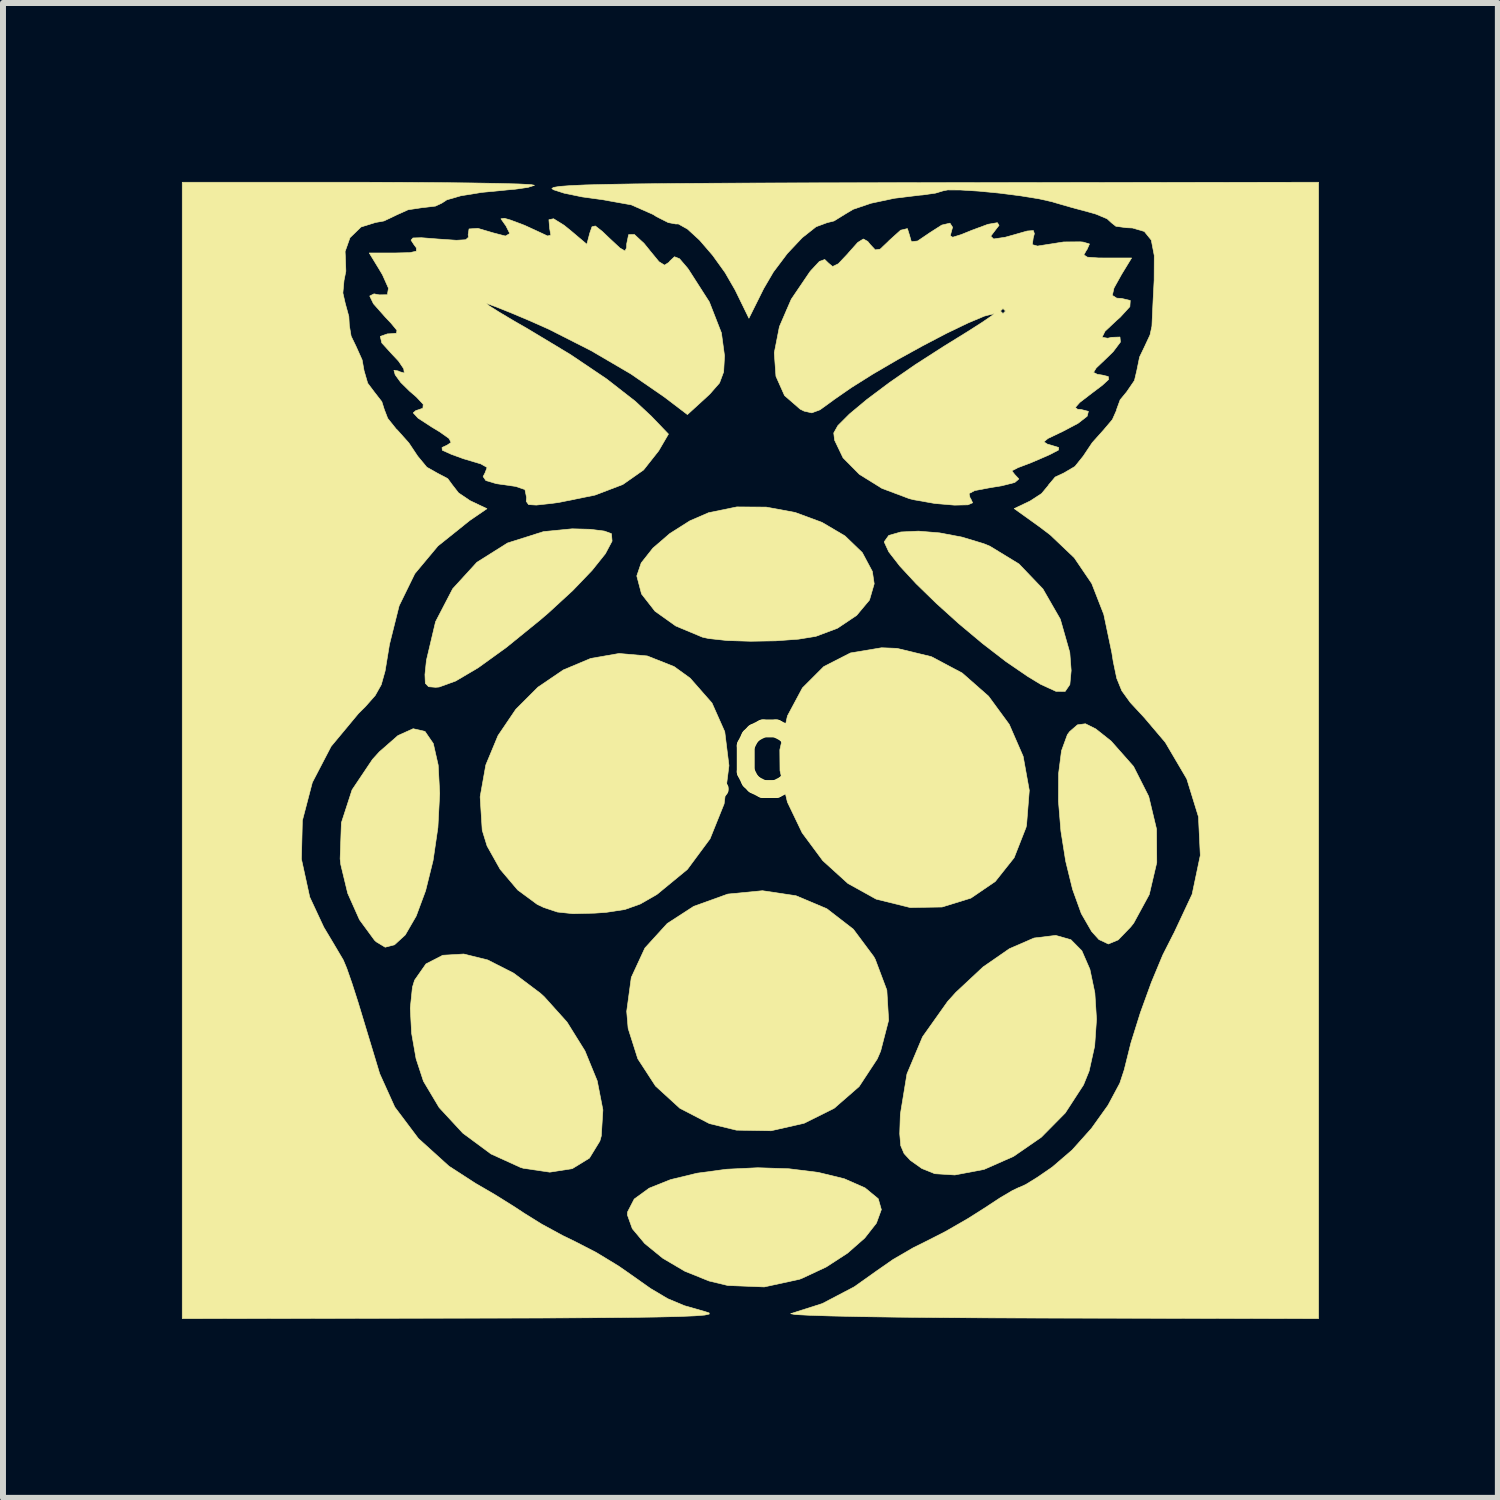
<source format=kicad_pcb>
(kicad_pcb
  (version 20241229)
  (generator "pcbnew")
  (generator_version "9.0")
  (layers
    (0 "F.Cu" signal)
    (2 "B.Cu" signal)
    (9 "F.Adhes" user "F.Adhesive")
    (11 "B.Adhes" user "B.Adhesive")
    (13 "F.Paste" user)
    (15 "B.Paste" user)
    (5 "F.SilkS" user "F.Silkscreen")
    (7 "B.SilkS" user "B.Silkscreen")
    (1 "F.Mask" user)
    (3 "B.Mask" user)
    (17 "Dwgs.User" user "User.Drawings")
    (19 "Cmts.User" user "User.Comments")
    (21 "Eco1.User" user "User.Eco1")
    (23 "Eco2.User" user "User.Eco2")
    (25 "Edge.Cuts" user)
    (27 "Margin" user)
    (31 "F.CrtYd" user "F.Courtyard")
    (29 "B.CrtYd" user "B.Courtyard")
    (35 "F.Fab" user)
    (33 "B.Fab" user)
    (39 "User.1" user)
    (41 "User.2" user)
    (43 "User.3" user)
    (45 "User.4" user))
  (footprint "PiLogo"
    (layer "F.Cu")
    (at 9.488 9.488)
    (property "Reference" "PiLogo" (at 0 0 0) (layer "F.SilkS") (effects (font (size 1.524 1.524) (thickness 0.3))))
    (attr through_hole)
    (fp_poly (pts (xy -5.414 -0.277) (xy -5.274 -0.073) (xy -5.192 0.289) (xy -5.167 0.762) (xy -5.197 1.334) (xy -5.278 1.888) (xy -5.403 2.393) (xy -5.561 2.819) (xy -5.744 3.135) (xy -5.925 3.301) (xy -6.081 3.341) (xy -6.23 3.251) (xy -6.26 3.223) (xy -6.511 2.881) (xy -6.709 2.437) (xy -6.825 1.957) (xy -6.836 1.859) (xy -6.815 1.255) (xy -6.636 0.703) (xy -6.294 0.193) (xy -6.179 0.066) (xy -5.867 -0.207) (xy -5.612 -0.322) (xy -5.414 -0.277)) (stroke (width 0.01) (type solid)) (fill yes) (layer "F.SilkS"))
    (fp_poly (pts (xy -2.644 -3.665) (xy -2.406 -3.635) (xy -2.288 -3.592) (xy -2.277 -3.467) (xy -2.389 -3.256) (xy -2.613 -2.976) (xy -2.935 -2.64) (xy -3.343 -2.265) (xy -3.484 -2.144) (xy -4.048 -1.686) (xy -4.522 -1.344) (xy -4.9 -1.121) (xy -5.176 -1.021) (xy -5.235 -1.016) (xy -5.353 -1.026) (xy -5.408 -1.083) (xy -5.414 -1.229) (xy -5.389 -1.47) (xy -5.236 -2.116) (xy -4.949 -2.668) (xy -4.543 -3.112) (xy -4.03 -3.435) (xy -3.427 -3.626) (xy -2.946 -3.673) (xy -2.644 -3.665)) (stroke (width 0.01) (type solid)) (fill yes) (layer "F.SilkS"))
    (fp_poly (pts (xy 5.831 -0.319) (xy 6.082 -0.12) (xy 6.092 -0.111) (xy 6.465 0.311) (xy 6.719 0.813) (xy 6.85 1.361) (xy 6.854 1.921) (xy 6.728 2.458) (xy 6.468 2.936) (xy 6.417 3.001) (xy 6.208 3.218) (xy 6.043 3.287) (xy 5.885 3.213) (xy 5.762 3.077) (xy 5.589 2.777) (xy 5.443 2.372) (xy 5.327 1.899) (xy 5.247 1.394) (xy 5.206 0.893) (xy 5.208 0.432) (xy 5.257 0.048) (xy 5.356 -0.223) (xy 5.395 -0.275) (xy 5.525 -0.387) (xy 5.658 -0.405) (xy 5.831 -0.319)) (stroke (width 0.01) (type solid)) (fill yes) (layer "F.SilkS"))
    (fp_poly (pts (xy 0.806 2.478) (xy 1.323 2.696) (xy 1.767 3.039) (xy 2.11 3.499) (xy 2.135 3.545) (xy 2.329 4.061) (xy 2.359 4.565) (xy 2.225 5.083) (xy 2.169 5.213) (xy 1.864 5.677) (xy 1.446 6.041) (xy 0.943 6.292) (xy 0.388 6.418) (xy -0.192 6.408) (xy -0.645 6.298) (xy -1.141 6.041) (xy -1.549 5.668) (xy -1.846 5.211) (xy -2.008 4.701) (xy -2.032 4.416) (xy -1.955 3.848) (xy -1.727 3.355) (xy -1.353 2.944) (xy -0.909 2.656) (xy -0.337 2.45) (xy 0.244 2.394) (xy 0.806 2.478)) (stroke (width 0.01) (type solid)) (fill yes) (layer "F.SilkS"))
    (fp_poly (pts (xy 3.213 -3.605) (xy 3.589 -3.534) (xy 3.953 -3.424) (xy 4.056 -3.382) (xy 4.544 -3.084) (xy 4.946 -2.664) (xy 5.237 -2.158) (xy 5.396 -1.6) (xy 5.419 -1.297) (xy 5.397 -1.062) (xy 5.318 -0.947) (xy 5.163 -0.949) (xy 4.91 -1.065) (xy 4.694 -1.196) (xy 4.328 -1.446) (xy 3.935 -1.749) (xy 3.537 -2.082) (xy 3.158 -2.424) (xy 2.82 -2.753) (xy 2.547 -3.048) (xy 2.361 -3.287) (xy 2.287 -3.448) (xy 2.286 -3.457) (xy 2.361 -3.562) (xy 2.564 -3.62) (xy 2.86 -3.634) (xy 3.213 -3.605)) (stroke (width 0.01) (type solid)) (fill yes) (layer "F.SilkS"))
    (fp_poly (pts (xy -4.361 3.555) (xy -3.927 3.776) (xy -3.479 4.113) (xy -3.415 4.171) (xy -3.032 4.597) (xy -2.732 5.079) (xy -2.526 5.582) (xy -2.431 6.069) (xy -2.458 6.505) (xy -2.482 6.591) (xy -2.657 6.877) (xy -2.944 7.053) (xy -3.321 7.112) (xy -3.763 7.047) (xy -3.811 7.033) (xy -4.307 6.807) (xy -4.779 6.458) (xy -5.176 6.029) (xy -5.439 5.588) (xy -5.563 5.21) (xy -5.638 4.782) (xy -5.66 4.362) (xy -5.624 4.012) (xy -5.588 3.894) (xy -5.397 3.621) (xy -5.116 3.476) (xy -4.764 3.455) (xy -4.361 3.555)) (stroke (width 0.01) (type solid)) (fill yes) (layer "F.SilkS"))
    (fp_poly (pts (xy 0.307 -4.037) (xy 0.793 -3.947) (xy 1.242 -3.781) (xy 1.627 -3.554) (xy 1.917 -3.275) (xy 2.086 -2.959) (xy 2.117 -2.751) (xy 2.038 -2.479) (xy 1.822 -2.221) (xy 1.501 -2.006) (xy 1.138 -1.87) (xy 0.847 -1.823) (xy 0.464 -1.795) (xy 0.046 -1.788) (xy -0.347 -1.8) (xy -0.659 -1.834) (xy -0.763 -1.857) (xy -1.21 -2.044) (xy -1.558 -2.292) (xy -1.783 -2.58) (xy -1.863 -2.883) (xy -1.789 -3.101) (xy -1.593 -3.349) (xy -1.309 -3.594) (xy -0.973 -3.807) (xy -0.659 -3.943) (xy -0.186 -4.04) (xy 0.307 -4.037)) (stroke (width 0.01) (type solid)) (fill yes) (layer "F.SilkS"))
    (fp_poly (pts (xy 0.687 7.055) (xy 1.179 7.116) (xy 1.614 7.222) (xy 1.964 7.376) (xy 2.185 7.558) (xy 2.237 7.74) (xy 2.154 7.967) (xy 1.958 8.217) (xy 1.671 8.469) (xy 1.314 8.701) (xy 0.908 8.891) (xy 0.864 8.908) (xy 0.274 9.036) (xy -0.337 9.012) (xy -0.65 8.937) (xy -1.057 8.773) (xy -1.427 8.555) (xy -1.73 8.308) (xy -1.938 8.059) (xy -2.02 7.83) (xy -2.018 7.78) (xy -1.906 7.563) (xy -1.656 7.381) (xy -1.296 7.237) (xy -0.854 7.13) (xy -0.358 7.063) (xy 0.165 7.038) (xy 0.687 7.055)) (stroke (width 0.01) (type solid)) (fill yes) (layer "F.SilkS"))
    (fp_poly (pts (xy 2.499 -1.669) (xy 3.075 -1.53) (xy 3.593 -1.255) (xy 4.034 -0.867) (xy 4.381 -0.394) (xy 4.614 0.141) (xy 4.717 0.712) (xy 4.671 1.294) (xy 4.662 1.334) (xy 4.463 1.841) (xy 4.147 2.239) (xy 3.738 2.518) (xy 3.255 2.667) (xy 2.72 2.676) (xy 2.154 2.536) (xy 2.148 2.534) (xy 1.676 2.272) (xy 1.255 1.89) (xy 0.909 1.423) (xy 0.662 0.908) (xy 0.538 0.381) (xy 0.535 0.032) (xy 0.663 -0.537) (xy 0.914 -1.006) (xy 1.271 -1.363) (xy 1.719 -1.592) (xy 2.241 -1.679) (xy 2.499 -1.669)) (stroke (width 0.01) (type solid)) (fill yes) (layer "F.SilkS"))
    (fp_poly (pts (xy 5.414 3.215) (xy 5.598 3.401) (xy 5.733 3.711) (xy 5.816 4.107) (xy 5.844 4.549) (xy 5.813 4.998) (xy 5.72 5.417) (xy 5.626 5.649) (xy 5.32 6.12) (xy 4.918 6.527) (xy 4.453 6.848) (xy 3.959 7.066) (xy 3.469 7.159) (xy 3.133 7.138) (xy 2.915 7.05) (xy 2.723 6.914) (xy 2.618 6.8) (xy 2.562 6.668) (xy 2.545 6.469) (xy 2.555 6.154) (xy 2.556 6.138) (xy 2.666 5.466) (xy 2.928 4.843) (xy 3.348 4.251) (xy 3.488 4.096) (xy 3.942 3.672) (xy 4.384 3.366) (xy 4.796 3.187) (xy 5.16 3.143) (xy 5.414 3.215)) (stroke (width 0.01) (type solid)) (fill yes) (layer "F.SilkS"))
    (fp_poly (pts (xy -1.688 -1.542) (xy -1.238 -1.364) (xy -0.968 -1.169) (xy -0.602 -0.752) (xy -0.388 -0.271) (xy -0.318 0.294) (xy -0.318 0.299) (xy -0.399 0.938) (xy -0.635 1.524) (xy -1.015 2.037) (xy -1.526 2.457) (xy -1.805 2.617) (xy -2.063 2.709) (xy -2.378 2.757) (xy -2.568 2.77) (xy -2.932 2.779) (xy -3.195 2.751) (xy -3.425 2.674) (xy -3.532 2.623) (xy -3.859 2.382) (xy -4.154 2.034) (xy -4.373 1.643) (xy -4.454 1.38) (xy -4.489 0.82) (xy -4.394 0.286) (xy -4.189 -0.207) (xy -3.891 -0.647) (xy -3.52 -1.018) (xy -3.095 -1.307) (xy -2.636 -1.5) (xy -2.16 -1.583) (xy -1.688 -1.542)) (stroke (width 0.01) (type solid)) (fill yes) (layer "F.SilkS"))
    (fp_poly (pts (xy -5.817 -9.481) (xy -5.187 -9.477) (xy -4.636 -9.471) (xy -4.181 -9.463) (xy -3.84 -9.454) (xy -3.634 -9.443) (xy -3.578 -9.432) (xy -3.686 -9.397) (xy -3.902 -9.366) (xy -4.037 -9.354) (xy -4.468 -9.312) (xy -4.816 -9.255) (xy -5.047 -9.188) (xy -5.128 -9.135) (xy -5.237 -9.083) (xy -5.437 -9.059) (xy -5.45 -9.059) (xy -5.698 -9.021) (xy -5.889 -8.935) (xy -6.1 -8.834) (xy -6.244 -8.808) (xy -6.485 -8.733) (xy -6.671 -8.553) (xy -6.753 -8.321) (xy -6.748 -8.23) (xy -6.74 -7.992) (xy -6.771 -7.836) (xy -6.79 -7.626) (xy -6.75 -7.451) (xy -6.69 -7.232) (xy -6.682 -7.085) (xy -6.652 -6.903) (xy -6.568 -6.729) (xy -6.467 -6.504) (xy -6.435 -6.324) (xy -6.374 -6.114) (xy -6.265 -5.969) (xy -6.137 -5.804) (xy -6.096 -5.674) (xy -6.038 -5.524) (xy -5.896 -5.346) (xy -5.876 -5.328) (xy -5.684 -5.113) (xy -5.536 -4.891) (xy -5.383 -4.706) (xy -5.208 -4.607) (xy -5.032 -4.514) (xy -4.955 -4.409) (xy -4.851 -4.275) (xy -4.66 -4.146) (xy -4.642 -4.137) (xy -4.375 -4.01) (xy -4.664 -3.812) (xy -5.197 -3.385) (xy -5.584 -2.921) (xy -5.847 -2.383) (xy -6.009 -1.735) (xy -6.026 -1.631) (xy -6.082 -1.29) (xy -6.147 -1.059) (xy -6.248 -0.879) (xy -6.413 -0.692) (xy -6.528 -0.578) (xy -6.987 -0.026) (xy -7.302 0.579) (xy -7.469 1.217) (xy -7.485 1.864) (xy -7.346 2.5) (xy -7.11 3.006) (xy -6.958 3.26) (xy -6.835 3.468) (xy -6.783 3.556) (xy -6.726 3.692) (xy -6.638 3.944) (xy -6.534 4.268) (xy -6.493 4.403) (xy -6.38 4.777) (xy -6.272 5.133) (xy -6.189 5.408) (xy -6.173 5.461) (xy -5.92 6.021) (xy -5.524 6.548) (xy -5.011 7.012) (xy -4.568 7.299) (xy -4.241 7.489) (xy -3.905 7.699) (xy -3.752 7.8) (xy -3.458 7.983) (xy -3.105 8.175) (xy -2.897 8.276) (xy -2.542 8.459) (xy -2.17 8.685) (xy -1.99 8.81) (xy -1.633 9.062) (xy -1.345 9.233) (xy -1.066 9.35) (xy -0.738 9.444) (xy -0.72 9.449) (xy -0.65 9.472) (xy -0.648 9.491) (xy -0.725 9.508) (xy -0.891 9.521) (xy -1.158 9.532) (xy -1.535 9.541) (xy -2.033 9.548) (xy -2.664 9.553) (xy -3.437 9.557) (xy -4.364 9.559) (xy -4.889 9.56) (xy -9.483 9.567) (xy -9.483 -9.483) (xy -6.505 -9.483) (xy -5.817 -9.481)) (stroke (width 0.01) (type solid)) (fill yes) (layer "F.SilkS"))
    (fp_poly (pts (xy -3.979 -8.849) (xy -3.745 -8.761) (xy -3.523 -8.659) (xy -3.358 -8.582) (xy -3.304 -8.596) (xy -3.324 -8.71) (xy -3.324 -8.712) (xy -3.336 -8.855) (xy -3.258 -8.871) (xy -3.081 -8.761) (xy -2.965 -8.667) (xy -2.7 -8.443) (xy -2.651 -8.63) (xy -2.614 -8.736) (xy -2.558 -8.75) (xy -2.444 -8.661) (xy -2.317 -8.54) (xy -2.145 -8.38) (xy -2.061 -8.331) (xy -2.034 -8.384) (xy -2.032 -8.45) (xy -2 -8.605) (xy -1.903 -8.607) (xy -1.739 -8.455) (xy -1.639 -8.331) (xy -1.491 -8.151) (xy -1.399 -8.093) (xy -1.326 -8.139) (xy -1.307 -8.163) (xy -1.231 -8.234) (xy -1.147 -8.201) (xy -1.015 -8.047) (xy -0.997 -8.023) (xy -0.647 -7.477) (xy -0.444 -6.957) (xy -0.392 -6.572) (xy -0.407 -6.303) (xy -0.476 -6.118) (xy -0.636 -5.935) (xy -0.702 -5.873) (xy -1.014 -5.588) (xy -1.403 -5.884) (xy -1.963 -6.27) (xy -2.626 -6.658) (xy -3.329 -7.015) (xy -3.645 -7.156) (xy -3.958 -7.288) (xy -4.209 -7.389) (xy -4.361 -7.445) (xy -4.385 -7.451) (xy -4.339 -7.412) (xy -4.174 -7.308) (xy -3.917 -7.155) (xy -3.679 -7.018) (xy -2.975 -6.594) (xy -2.371 -6.187) (xy -1.887 -5.81) (xy -1.619 -5.56) (xy -1.332 -5.261) (xy -1.496 -4.98) (xy -1.749 -4.66) (xy -2.097 -4.416) (xy -2.564 -4.238) (xy -3.17 -4.115) (xy -3.287 -4.099) (xy -3.547 -4.071) (xy -3.677 -4.079) (xy -3.716 -4.134) (xy -3.711 -4.2) (xy -3.738 -4.331) (xy -3.895 -4.384) (xy -4.218 -4.43) (xy -4.393 -4.482) (xy -4.439 -4.549) (xy -4.408 -4.608) (xy -4.372 -4.701) (xy -4.479 -4.762) (xy -4.524 -4.775) (xy -4.766 -4.847) (xy -4.97 -4.921) (xy -5.123 -4.99) (xy -5.128 -5.036) (xy -5.046 -5.074) (xy -4.976 -5.12) (xy -5.01 -5.187) (xy -5.166 -5.298) (xy -5.3 -5.379) (xy -5.529 -5.528) (xy -5.611 -5.617) (xy -5.567 -5.655) (xy -5.449 -5.694) (xy -5.443 -5.76) (xy -5.559 -5.884) (xy -5.673 -5.982) (xy -5.82 -6.127) (xy -5.913 -6.255) (xy -5.934 -6.331) (xy -5.864 -6.32) (xy -5.842 -6.308) (xy -5.76 -6.284) (xy -5.77 -6.356) (xy -5.858 -6.486) (xy -5.969 -6.604) (xy -6.138 -6.79) (xy -6.163 -6.899) (xy -6.043 -6.941) (xy -5.995 -6.943) (xy -5.891 -6.952) (xy -5.884 -7.001) (xy -5.984 -7.122) (xy -6.079 -7.222) (xy -6.278 -7.447) (xy -6.34 -7.576) (xy -6.268 -7.612) (xy -6.181 -7.595) (xy -6.044 -7.597) (xy -6.026 -7.707) (xy -6.126 -7.931) (xy -6.18 -8.022) (xy -6.348 -8.297) (xy -5.915 -8.297) (xy -5.667 -8.303) (xy -5.558 -8.327) (xy -5.558 -8.383) (xy -5.599 -8.438) (xy -5.647 -8.512) (xy -5.615 -8.549) (xy -5.474 -8.553) (xy -5.194 -8.531) (xy -5.18 -8.53) (xy -4.887 -8.51) (xy -4.731 -8.519) (xy -4.683 -8.562) (xy -4.69 -8.601) (xy -4.675 -8.7) (xy -4.527 -8.71) (xy -4.269 -8.634) (xy -4.065 -8.581) (xy -3.992 -8.623) (xy -4.058 -8.755) (xy -4.072 -8.773) (xy -4.14 -8.87) (xy -4.083 -8.879) (xy -3.979 -8.849)) (stroke (width 0.01) (type solid)) (fill yes) (layer "F.SilkS"))
    (fp_poly (pts (xy 9.567 9.567) (xy 4.974 9.558) (xy 4.064 9.555) (xy 3.239 9.55) (xy 2.511 9.543) (xy 1.891 9.534) (xy 1.39 9.523) (xy 1.02 9.511) (xy 0.792 9.499) (xy 0.717 9.485) (xy 0.733 9.479) (xy 1.247 9.315) (xy 1.783 9.034) (xy 2.159 8.767) (xy 2.435 8.575) (xy 2.774 8.378) (xy 2.978 8.277) (xy 3.31 8.108) (xy 3.687 7.891) (xy 3.968 7.713) (xy 4.227 7.543) (xy 4.435 7.42) (xy 4.549 7.366) (xy 4.554 7.366) (xy 4.656 7.32) (xy 4.852 7.199) (xy 5.099 7.029) (xy 5.101 7.028) (xy 5.436 6.74) (xy 5.759 6.379) (xy 6.037 5.99) (xy 6.235 5.62) (xy 6.308 5.398) (xy 6.42 4.948) (xy 6.579 4.44) (xy 6.764 3.93) (xy 6.955 3.471) (xy 7.133 3.12) (xy 7.143 3.102) (xy 7.447 2.453) (xy 7.584 1.801) (xy 7.553 1.154) (xy 7.357 0.519) (xy 6.997 -0.093) (xy 6.645 -0.508) (xy 6.411 -0.76) (xy 6.268 -0.958) (xy 6.183 -1.167) (xy 6.124 -1.45) (xy 6.101 -1.595) (xy 5.966 -2.238) (xy 5.764 -2.756) (xy 5.471 -3.188) (xy 5.067 -3.572) (xy 4.889 -3.707) (xy 4.464 -4.012) (xy 4.729 -4.138) (xy 4.923 -4.264) (xy 5.036 -4.4) (xy 5.04 -4.409) (xy 5.151 -4.541) (xy 5.293 -4.607) (xy 5.482 -4.718) (xy 5.621 -4.891) (xy 5.772 -5.117) (xy 5.961 -5.328) (xy 6.11 -5.504) (xy 6.18 -5.661) (xy 6.181 -5.674) (xy 6.24 -5.835) (xy 6.35 -5.969) (xy 6.48 -6.159) (xy 6.519 -6.324) (xy 6.566 -6.553) (xy 6.643 -6.713) (xy 6.741 -6.923) (xy 6.773 -7.07) (xy 6.78 -7.237) (xy 6.793 -7.513) (xy 6.81 -7.842) (xy 6.81 -7.855) (xy 6.812 -8.254) (xy 6.762 -8.513) (xy 6.645 -8.658) (xy 6.447 -8.716) (xy 6.344 -8.721) (xy 6.168 -8.745) (xy 6.096 -8.802) (xy 6.022 -8.87) (xy 5.836 -8.948) (xy 5.736 -8.977) (xy 5.435 -9.058) (xy 5.15 -9.14) (xy 5.102 -9.155) (xy 4.881 -9.205) (xy 4.572 -9.255) (xy 4.22 -9.3) (xy 3.869 -9.334) (xy 3.564 -9.353) (xy 3.349 -9.354) (xy 3.277 -9.34) (xy 3.143 -9.3) (xy 2.923 -9.269) (xy 2.889 -9.267) (xy 2.455 -9.214) (xy 2.065 -9.131) (xy 1.764 -9.029) (xy 1.62 -8.943) (xy 1.444 -8.834) (xy 1.327 -8.805) (xy 1.143 -8.737) (xy 0.91 -8.553) (xy 0.661 -8.289) (xy 0.427 -7.978) (xy 0.265 -7.701) (xy 0.017 -7.203) (xy -0.215 -7.678) (xy -0.384 -7.97) (xy -0.592 -8.259) (xy -0.811 -8.513) (xy -1.013 -8.698) (xy -1.167 -8.784) (xy -1.209 -8.783) (xy -1.336 -8.807) (xy -1.53 -8.905) (xy -1.59 -8.943) (xy -1.955 -9.104) (xy -2.441 -9.191) (xy -2.777 -9.237) (xy -3.082 -9.3) (xy -3.262 -9.358) (xy -3.287 -9.379) (xy -3.255 -9.397) (xy -3.157 -9.413) (xy -2.983 -9.426) (xy -2.722 -9.438) (xy -2.366 -9.447) (xy -1.904 -9.455) (xy -1.327 -9.461) (xy -0.625 -9.466) (xy 0.212 -9.47) (xy 1.194 -9.473) (xy 2.329 -9.475) (xy 3.027 -9.476) (xy 9.567 -9.483) (xy 9.567 9.567)) (stroke (width 0.01) (type solid)) (fill yes) (layer "F.SilkS"))
    (fp_poly (pts (xy 4.21 -8.76) (xy 4.166 -8.704) (xy 4.071 -8.579) (xy 4.119 -8.532) (xy 4.314 -8.561) (xy 4.45 -8.599) (xy 4.68 -8.665) (xy 4.786 -8.673) (xy 4.802 -8.62) (xy 4.783 -8.55) (xy 4.768 -8.437) (xy 4.853 -8.413) (xy 4.969 -8.431) (xy 5.294 -8.482) (xy 5.571 -8.484) (xy 5.62 -8.48) (xy 5.726 -8.448) (xy 5.685 -8.355) (xy 5.673 -8.34) (xy 5.632 -8.265) (xy 5.69 -8.227) (xy 5.874 -8.214) (xy 6 -8.213) (xy 6.432 -8.213) (xy 6.264 -7.938) (xy 6.137 -7.71) (xy 6.109 -7.587) (xy 6.182 -7.54) (xy 6.265 -7.535) (xy 6.41 -7.501) (xy 6.403 -7.397) (xy 6.243 -7.222) (xy 6.181 -7.167) (xy 5.987 -6.985) (xy 5.937 -6.884) (xy 6.032 -6.868) (xy 6.096 -6.883) (xy 6.237 -6.888) (xy 6.245 -6.804) (xy 6.123 -6.642) (xy 6 -6.522) (xy 5.839 -6.369) (xy 5.794 -6.295) (xy 5.857 -6.263) (xy 5.937 -6.251) (xy 6.041 -6.226) (xy 6.047 -6.177) (xy 5.941 -6.079) (xy 5.766 -5.947) (xy 5.563 -5.791) (xy 5.489 -5.707) (xy 5.528 -5.676) (xy 5.586 -5.673) (xy 5.708 -5.642) (xy 5.687 -5.56) (xy 5.534 -5.441) (xy 5.263 -5.298) (xy 5.236 -5.286) (xy 5.029 -5.187) (xy 4.962 -5.131) (xy 5.017 -5.094) (xy 5.087 -5.074) (xy 5.209 -5.036) (xy 5.207 -4.994) (xy 5.068 -4.921) (xy 4.995 -4.888) (xy 4.753 -4.784) (xy 4.551 -4.707) (xy 4.532 -4.701) (xy 4.425 -4.645) (xy 4.475 -4.58) (xy 4.478 -4.578) (xy 4.542 -4.509) (xy 4.474 -4.45) (xy 4.262 -4.396) (xy 4.041 -4.359) (xy 3.803 -4.314) (xy 3.707 -4.264) (xy 3.724 -4.193) (xy 3.734 -4.181) (xy 3.767 -4.109) (xy 3.688 -4.075) (xy 3.47 -4.07) (xy 3.461 -4.07) (xy 3.133 -4.098) (xy 2.782 -4.16) (xy 2.705 -4.179) (xy 2.247 -4.351) (xy 1.869 -4.586) (xy 1.595 -4.863) (xy 1.453 -5.159) (xy 1.439 -5.28) (xy 1.508 -5.403) (xy 1.701 -5.596) (xy 1.996 -5.842) (xy 2.371 -6.123) (xy 2.805 -6.424) (xy 3.275 -6.726) (xy 3.359 -6.778) (xy 3.679 -6.976) (xy 3.931 -7.137) (xy 4.089 -7.245) (xy 4.129 -7.281) (xy 3.965 -7.239) (xy 3.689 -7.123) (xy 3.333 -6.952) (xy 2.928 -6.74) (xy 2.505 -6.507) (xy 2.096 -6.268) (xy 1.733 -6.04) (xy 1.446 -5.841) (xy 1.413 -5.816) (xy 1.208 -5.668) (xy 1.071 -5.617) (xy 0.942 -5.646) (xy 0.876 -5.679) (xy 0.614 -5.907) (xy 0.47 -6.23) (xy 0.442 -6.623) (xy 0.528 -7.062) (xy 0.641 -7.324) (xy 4.233 -7.324) (xy 4.276 -7.281) (xy 4.318 -7.324) (xy 4.276 -7.366) (xy 4.233 -7.324) (xy 0.641 -7.324) (xy 0.727 -7.522) (xy 1.037 -7.979) (xy 1.055 -8.001) (xy 1.199 -8.156) (xy 1.288 -8.188) (xy 1.35 -8.128) (xy 1.419 -8.07) (xy 1.515 -8.116) (xy 1.671 -8.281) (xy 1.684 -8.297) (xy 1.841 -8.473) (xy 1.935 -8.532) (xy 2.009 -8.491) (xy 2.049 -8.441) (xy 2.135 -8.349) (xy 2.217 -8.361) (xy 2.352 -8.489) (xy 2.366 -8.504) (xy 2.56 -8.679) (xy 2.674 -8.706) (xy 2.709 -8.594) (xy 2.74 -8.486) (xy 2.845 -8.498) (xy 3.044 -8.633) (xy 3.048 -8.636) (xy 3.25 -8.765) (xy 3.387 -8.797) (xy 3.431 -8.729) (xy 3.417 -8.678) (xy 3.392 -8.585) (xy 3.433 -8.561) (xy 3.575 -8.605) (xy 3.755 -8.678) (xy 4.025 -8.778) (xy 4.182 -8.805) (xy 4.21 -8.76)) (stroke (width 0.01) (type solid)) (fill yes) (layer "F.SilkS")))
  (gr_rect
    (start -3 -3)
    (end 22.06 22.06)
    (stroke (width 0.1) (type default))
    (fill no)
    (layer "Edge.Cuts")))
</source>
